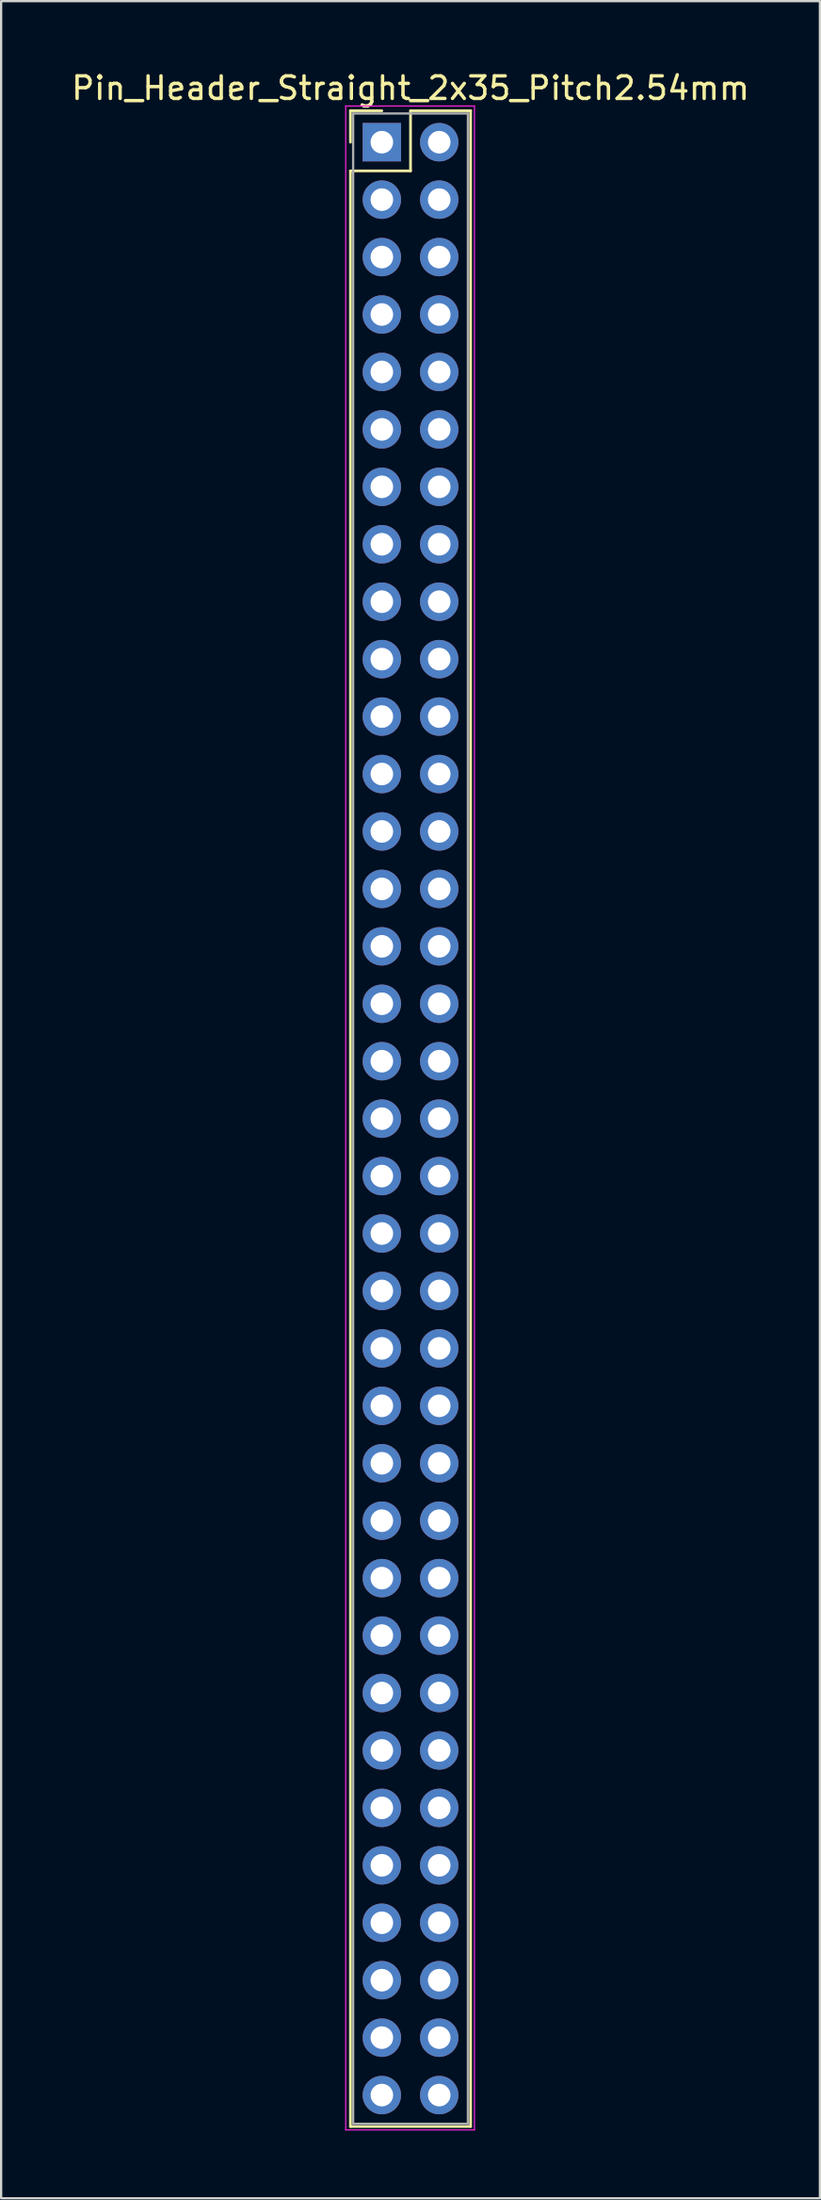
<source format=kicad_pcb>
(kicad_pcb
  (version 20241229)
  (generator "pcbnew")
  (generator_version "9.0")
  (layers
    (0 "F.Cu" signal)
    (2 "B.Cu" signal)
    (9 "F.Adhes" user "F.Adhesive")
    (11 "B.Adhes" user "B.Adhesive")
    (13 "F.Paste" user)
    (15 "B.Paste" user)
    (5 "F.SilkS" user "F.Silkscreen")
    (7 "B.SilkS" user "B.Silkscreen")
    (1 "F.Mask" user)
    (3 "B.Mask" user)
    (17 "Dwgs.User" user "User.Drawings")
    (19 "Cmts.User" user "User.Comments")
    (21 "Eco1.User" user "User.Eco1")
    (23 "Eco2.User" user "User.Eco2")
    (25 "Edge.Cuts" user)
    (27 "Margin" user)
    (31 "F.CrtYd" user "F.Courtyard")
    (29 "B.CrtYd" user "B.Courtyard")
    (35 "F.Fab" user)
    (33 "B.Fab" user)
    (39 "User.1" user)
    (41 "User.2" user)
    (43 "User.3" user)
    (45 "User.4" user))
  (footprint "Pin_Header_Straight_2x35_Pitch2.54mm"
    (layer "F.Cu")
    (at 13.855 3.238)
    (property "Reference" "Pin_Header_Straight_2x35_Pitch2.54mm" (at 1.27 -2.39 0) (layer "F.SilkS") (effects (font (size 1 1) (thickness 0.15))))
    (attr through_hole)
    (fp_line (start -1.39 -1.39) (end 0 -1.39) (stroke (width 0.12) (type solid)) (layer "F.SilkS"))
    (fp_line (start -1.39 0) (end -1.39 -1.39) (stroke (width 0.12) (type solid)) (layer "F.SilkS"))
    (fp_line (start -1.39 1.27) (end -1.39 87.75) (stroke (width 0.12) (type solid)) (layer "F.SilkS"))
    (fp_line (start -1.39 87.75) (end 3.93 87.75) (stroke (width 0.12) (type solid)) (layer "F.SilkS"))
    (fp_line (start 1.27 -1.39) (end 1.27 1.27) (stroke (width 0.12) (type solid)) (layer "F.SilkS"))
    (fp_line (start 1.27 1.27) (end -1.39 1.27) (stroke (width 0.12) (type solid)) (layer "F.SilkS"))
    (fp_line (start 3.93 -1.39) (end 1.27 -1.39) (stroke (width 0.12) (type solid)) (layer "F.SilkS"))
    (fp_line (start 3.93 87.75) (end 3.93 -1.39) (stroke (width 0.12) (type solid)) (layer "F.SilkS"))
    (fp_line (start -1.6 -1.6) (end -1.6 87.9) (stroke (width 0.05) (type solid)) (layer "F.CrtYd"))
    (fp_line (start -1.6 87.9) (end 4.1 87.9) (stroke (width 0.05) (type solid)) (layer "F.CrtYd"))
    (fp_line (start 4.1 -1.6) (end -1.6 -1.6) (stroke (width 0.05) (type solid)) (layer "F.CrtYd"))
    (fp_line (start 4.1 87.9) (end 4.1 -1.6) (stroke (width 0.05) (type solid)) (layer "F.CrtYd"))
    (fp_line (start -1.27 -1.27) (end -1.27 87.63) (stroke (width 0.1) (type solid)) (layer "F.Fab"))
    (fp_line (start -1.27 87.63) (end 3.81 87.63) (stroke (width 0.1) (type solid)) (layer "F.Fab"))
    (fp_line (start 3.81 -1.27) (end -1.27 -1.27) (stroke (width 0.1) (type solid)) (layer "F.Fab"))
    (fp_line (start 3.81 87.63) (end 3.81 -1.27) (stroke (width 0.1) (type solid)) (layer "F.Fab"))
    (pad "1" thru_hole rect (at 0 0) (size 1.7 1.7) (drill 1) (layers "*.Cu" "*.Mask"))
    (pad "2" thru_hole oval (at 2.54 0) (size 1.7 1.7) (drill 1) (layers "*.Cu" "*.Mask"))
    (pad "3" thru_hole oval (at 0 2.54) (size 1.7 1.7) (drill 1) (layers "*.Cu" "*.Mask"))
    (pad "4" thru_hole oval (at 2.54 2.54) (size 1.7 1.7) (drill 1) (layers "*.Cu" "*.Mask"))
    (pad "5" thru_hole oval (at 0 5.08) (size 1.7 1.7) (drill 1) (layers "*.Cu" "*.Mask"))
    (pad "6" thru_hole oval (at 2.54 5.08) (size 1.7 1.7) (drill 1) (layers "*.Cu" "*.Mask"))
    (pad "7" thru_hole oval (at 0 7.62) (size 1.7 1.7) (drill 1) (layers "*.Cu" "*.Mask"))
    (pad "8" thru_hole oval (at 2.54 7.62) (size 1.7 1.7) (drill 1) (layers "*.Cu" "*.Mask"))
    (pad "9" thru_hole oval (at 0 10.16) (size 1.7 1.7) (drill 1) (layers "*.Cu" "*.Mask"))
    (pad "10" thru_hole oval (at 2.54 10.16) (size 1.7 1.7) (drill 1) (layers "*.Cu" "*.Mask"))
    (pad "11" thru_hole oval (at 0 12.7) (size 1.7 1.7) (drill 1) (layers "*.Cu" "*.Mask"))
    (pad "12" thru_hole oval (at 2.54 12.7) (size 1.7 1.7) (drill 1) (layers "*.Cu" "*.Mask"))
    (pad "13" thru_hole oval (at 0 15.24) (size 1.7 1.7) (drill 1) (layers "*.Cu" "*.Mask"))
    (pad "14" thru_hole oval (at 2.54 15.24) (size 1.7 1.7) (drill 1) (layers "*.Cu" "*.Mask"))
    (pad "15" thru_hole oval (at 0 17.78) (size 1.7 1.7) (drill 1) (layers "*.Cu" "*.Mask"))
    (pad "16" thru_hole oval (at 2.54 17.78) (size 1.7 1.7) (drill 1) (layers "*.Cu" "*.Mask"))
    (pad "17" thru_hole oval (at 0 20.32) (size 1.7 1.7) (drill 1) (layers "*.Cu" "*.Mask"))
    (pad "18" thru_hole oval (at 2.54 20.32) (size 1.7 1.7) (drill 1) (layers "*.Cu" "*.Mask"))
    (pad "19" thru_hole oval (at 0 22.86) (size 1.7 1.7) (drill 1) (layers "*.Cu" "*.Mask"))
    (pad "20" thru_hole oval (at 2.54 22.86) (size 1.7 1.7) (drill 1) (layers "*.Cu" "*.Mask"))
    (pad "21" thru_hole oval (at 0 25.4) (size 1.7 1.7) (drill 1) (layers "*.Cu" "*.Mask"))
    (pad "22" thru_hole oval (at 2.54 25.4) (size 1.7 1.7) (drill 1) (layers "*.Cu" "*.Mask"))
    (pad "23" thru_hole oval (at 0 27.94) (size 1.7 1.7) (drill 1) (layers "*.Cu" "*.Mask"))
    (pad "24" thru_hole oval (at 2.54 27.94) (size 1.7 1.7) (drill 1) (layers "*.Cu" "*.Mask"))
    (pad "25" thru_hole oval (at 0 30.48) (size 1.7 1.7) (drill 1) (layers "*.Cu" "*.Mask"))
    (pad "26" thru_hole oval (at 2.54 30.48) (size 1.7 1.7) (drill 1) (layers "*.Cu" "*.Mask"))
    (pad "27" thru_hole oval (at 0 33.02) (size 1.7 1.7) (drill 1) (layers "*.Cu" "*.Mask"))
    (pad "28" thru_hole oval (at 2.54 33.02) (size 1.7 1.7) (drill 1) (layers "*.Cu" "*.Mask"))
    (pad "29" thru_hole oval (at 0 35.56) (size 1.7 1.7) (drill 1) (layers "*.Cu" "*.Mask"))
    (pad "30" thru_hole oval (at 2.54 35.56) (size 1.7 1.7) (drill 1) (layers "*.Cu" "*.Mask"))
    (pad "31" thru_hole oval (at 0 38.1) (size 1.7 1.7) (drill 1) (layers "*.Cu" "*.Mask"))
    (pad "32" thru_hole oval (at 2.54 38.1) (size 1.7 1.7) (drill 1) (layers "*.Cu" "*.Mask"))
    (pad "33" thru_hole oval (at 0 40.64) (size 1.7 1.7) (drill 1) (layers "*.Cu" "*.Mask"))
    (pad "34" thru_hole oval (at 2.54 40.64) (size 1.7 1.7) (drill 1) (layers "*.Cu" "*.Mask"))
    (pad "35" thru_hole oval (at 0 43.18) (size 1.7 1.7) (drill 1) (layers "*.Cu" "*.Mask"))
    (pad "36" thru_hole oval (at 2.54 43.18) (size 1.7 1.7) (drill 1) (layers "*.Cu" "*.Mask"))
    (pad "37" thru_hole oval (at 0 45.72) (size 1.7 1.7) (drill 1) (layers "*.Cu" "*.Mask"))
    (pad "38" thru_hole oval (at 2.54 45.72) (size 1.7 1.7) (drill 1) (layers "*.Cu" "*.Mask"))
    (pad "39" thru_hole oval (at 0 48.26) (size 1.7 1.7) (drill 1) (layers "*.Cu" "*.Mask"))
    (pad "40" thru_hole oval (at 2.54 48.26) (size 1.7 1.7) (drill 1) (layers "*.Cu" "*.Mask"))
    (pad "41" thru_hole oval (at 0 50.8) (size 1.7 1.7) (drill 1) (layers "*.Cu" "*.Mask"))
    (pad "42" thru_hole oval (at 2.54 50.8) (size 1.7 1.7) (drill 1) (layers "*.Cu" "*.Mask"))
    (pad "43" thru_hole oval (at 0 53.34) (size 1.7 1.7) (drill 1) (layers "*.Cu" "*.Mask"))
    (pad "44" thru_hole oval (at 2.54 53.34) (size 1.7 1.7) (drill 1) (layers "*.Cu" "*.Mask"))
    (pad "45" thru_hole oval (at 0 55.88) (size 1.7 1.7) (drill 1) (layers "*.Cu" "*.Mask"))
    (pad "46" thru_hole oval (at 2.54 55.88) (size 1.7 1.7) (drill 1) (layers "*.Cu" "*.Mask"))
    (pad "47" thru_hole oval (at 0 58.42) (size 1.7 1.7) (drill 1) (layers "*.Cu" "*.Mask"))
    (pad "48" thru_hole oval (at 2.54 58.42) (size 1.7 1.7) (drill 1) (layers "*.Cu" "*.Mask"))
    (pad "49" thru_hole oval (at 0 60.96) (size 1.7 1.7) (drill 1) (layers "*.Cu" "*.Mask"))
    (pad "50" thru_hole oval (at 2.54 60.96) (size 1.7 1.7) (drill 1) (layers "*.Cu" "*.Mask"))
    (pad "51" thru_hole oval (at 0 63.5) (size 1.7 1.7) (drill 1) (layers "*.Cu" "*.Mask"))
    (pad "52" thru_hole oval (at 2.54 63.5) (size 1.7 1.7) (drill 1) (layers "*.Cu" "*.Mask"))
    (pad "53" thru_hole oval (at 0 66.04) (size 1.7 1.7) (drill 1) (layers "*.Cu" "*.Mask"))
    (pad "54" thru_hole oval (at 2.54 66.04) (size 1.7 1.7) (drill 1) (layers "*.Cu" "*.Mask"))
    (pad "55" thru_hole oval (at 0 68.58) (size 1.7 1.7) (drill 1) (layers "*.Cu" "*.Mask"))
    (pad "56" thru_hole oval (at 2.54 68.58) (size 1.7 1.7) (drill 1) (layers "*.Cu" "*.Mask"))
    (pad "57" thru_hole oval (at 0 71.12) (size 1.7 1.7) (drill 1) (layers "*.Cu" "*.Mask"))
    (pad "58" thru_hole oval (at 2.54 71.12) (size 1.7 1.7) (drill 1) (layers "*.Cu" "*.Mask"))
    (pad "59" thru_hole oval (at 0 73.66) (size 1.7 1.7) (drill 1) (layers "*.Cu" "*.Mask"))
    (pad "60" thru_hole oval (at 2.54 73.66) (size 1.7 1.7) (drill 1) (layers "*.Cu" "*.Mask"))
    (pad "61" thru_hole oval (at 0 76.2) (size 1.7 1.7) (drill 1) (layers "*.Cu" "*.Mask"))
    (pad "62" thru_hole oval (at 2.54 76.2) (size 1.7 1.7) (drill 1) (layers "*.Cu" "*.Mask"))
    (pad "63" thru_hole oval (at 0 78.74) (size 1.7 1.7) (drill 1) (layers "*.Cu" "*.Mask"))
    (pad "64" thru_hole oval (at 2.54 78.74) (size 1.7 1.7) (drill 1) (layers "*.Cu" "*.Mask"))
    (pad "65" thru_hole oval (at 0 81.28) (size 1.7 1.7) (drill 1) (layers "*.Cu" "*.Mask"))
    (pad "66" thru_hole oval (at 2.54 81.28) (size 1.7 1.7) (drill 1) (layers "*.Cu" "*.Mask"))
    (pad "67" thru_hole oval (at 0 83.82) (size 1.7 1.7) (drill 1) (layers "*.Cu" "*.Mask"))
    (pad "68" thru_hole oval (at 2.54 83.82) (size 1.7 1.7) (drill 1) (layers "*.Cu" "*.Mask"))
    (pad "69" thru_hole oval (at 0 86.36) (size 1.7 1.7) (drill 1) (layers "*.Cu" "*.Mask"))
    (pad "70" thru_hole oval (at 2.54 86.36) (size 1.7 1.7) (drill 1) (layers "*.Cu" "*.Mask")))
  (gr_rect
    (start -3 -3)
    (end 33.25 94.163)
    (stroke (width 0.1) (type default))
    (fill no)
    (layer "Edge.Cuts")))
</source>
